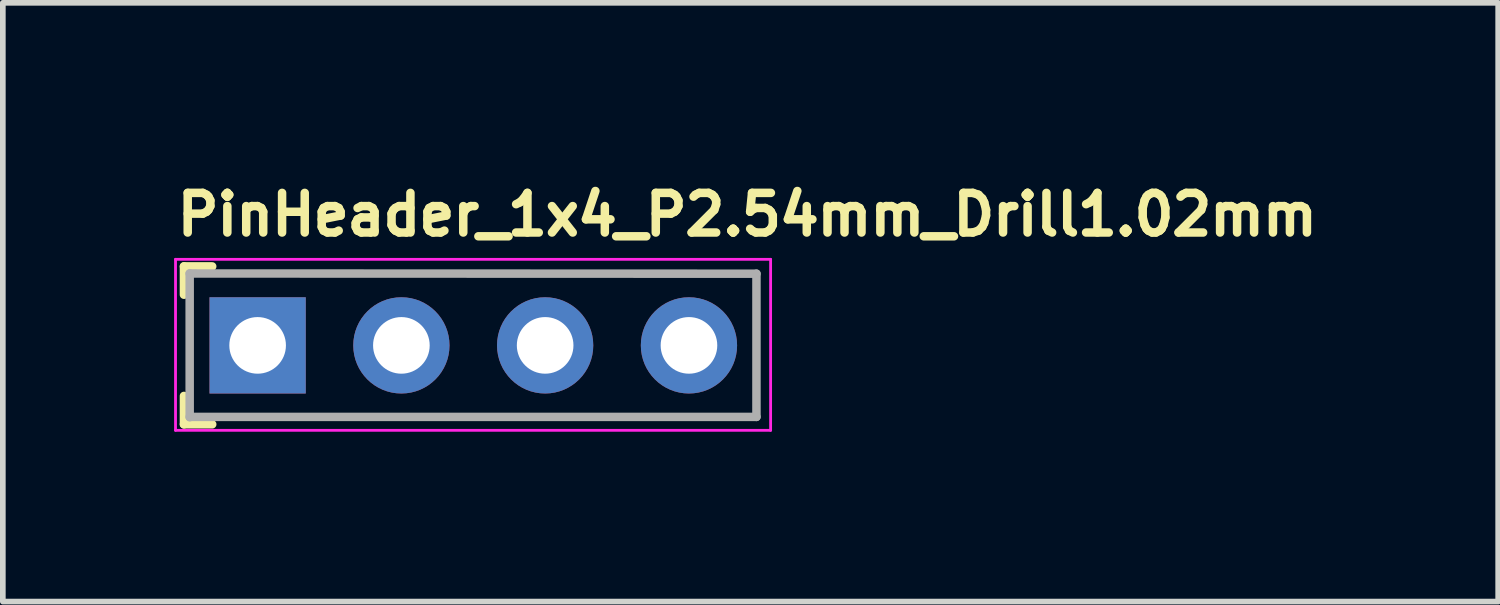
<source format=kicad_pcb>
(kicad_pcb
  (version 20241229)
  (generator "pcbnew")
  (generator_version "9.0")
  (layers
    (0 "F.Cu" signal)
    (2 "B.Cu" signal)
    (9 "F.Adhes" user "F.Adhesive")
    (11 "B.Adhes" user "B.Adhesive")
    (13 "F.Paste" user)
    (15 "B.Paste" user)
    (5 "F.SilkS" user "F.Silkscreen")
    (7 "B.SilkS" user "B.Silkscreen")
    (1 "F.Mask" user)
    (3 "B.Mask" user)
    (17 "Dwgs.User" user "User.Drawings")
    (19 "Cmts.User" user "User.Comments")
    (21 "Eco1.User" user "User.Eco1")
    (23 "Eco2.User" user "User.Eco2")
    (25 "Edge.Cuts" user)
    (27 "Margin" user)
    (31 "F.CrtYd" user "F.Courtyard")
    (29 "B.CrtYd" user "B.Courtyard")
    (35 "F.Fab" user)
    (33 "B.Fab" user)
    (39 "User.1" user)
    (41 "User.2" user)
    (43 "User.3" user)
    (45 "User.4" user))
  (footprint "PinHeader_1x4_P2.54mm_Drill1.02mm"
    (layer "F.Cu")
    (at 1.5 3.05)
    (property "Reference" "PinHeader_1x4_P2.54mm_Drill1.02mm" (at -1.5 -1.9 0) (layer "F.SilkS") (effects (font (size 0.7 0.7) (thickness 0.15)) (justify left bottom)))
    (attr through_hole)
    (fp_line (start -1.301 -1.395) (end -1.301 -0.895) (stroke (width 0.15) (type solid)) (layer "F.SilkS"))
    (fp_line (start -1.301 -1.395) (end -0.802 -1.395) (stroke (width 0.15) (type solid)) (layer "F.SilkS"))
    (fp_line (start -1.301 1.394) (end -1.301 0.893) (stroke (width 0.15) (type solid)) (layer "F.SilkS"))
    (fp_line (start -1.301 1.394) (end -0.802 1.394) (stroke (width 0.15) (type solid)) (layer "F.SilkS"))
    (fp_line (start -1.45 -1.52) (end -1.45 1.5) (stroke (width 0.05) (type solid)) (layer "F.CrtYd"))
    (fp_line (start 9.06 -1.52) (end -1.45 -1.52) (stroke (width 0.05) (type solid)) (layer "F.CrtYd"))
    (fp_line (start 9.06 -1.52) (end 9.06 1.5) (stroke (width 0.05) (type solid)) (layer "F.CrtYd"))
    (fp_line (start 9.06 1.5) (end -1.45 1.5) (stroke (width 0.05) (type solid)) (layer "F.CrtYd"))
    (fp_line (start -1.2 -1.27) (end -1.2 1.269) (stroke (width 0.15) (type solid)) (layer "F.Fab"))
    (fp_line (start -1.2 -1.27) (end 8.81 -1.266) (stroke (width 0.15) (type solid)) (layer "F.Fab"))
    (fp_line (start -1.2 1.263) (end 8.81 1.263) (stroke (width 0.15) (type solid)) (layer "F.Fab"))
    (fp_line (start 8.81 -1.266) (end 8.81 1.263) (stroke (width 0.15) (type solid)) (layer "F.Fab"))
    (fp_rect (start -1.27 -1.27) (end 8.89 1.269) (stroke (width 0.1) (type solid)) (fill no) (layer "User.5"))
    (fp_line (start -1.27 0.77) (end -1.27 -0.772) (stroke (width 0.02) (type solid)) (layer "User.9"))
    (fp_line (start -1.27 0.77) (end -1.02 1.269) (stroke (width 0.02) (type solid)) (layer "User.9"))
    (fp_line (start -1.02 -1.27) (end -1.27 -0.772) (stroke (width 0.02) (type solid)) (layer "User.9"))
    (fp_line (start -0.32 -0.32) (end -0.12 -0.12) (stroke (width 0.02) (type solid)) (layer "User.9"))
    (fp_line (start -0.32 -0.32) (end 0.32 -0.32) (stroke (width 0.02) (type solid)) (layer "User.9"))
    (fp_line (start -0.32 0.32) (end -0.32 -0.32) (stroke (width 0.02) (type solid)) (layer "User.9"))
    (fp_line (start -0.12 -0.12) (end -0.12 0.119) (stroke (width 0.02) (type solid)) (layer "User.9"))
    (fp_line (start -0.12 0.119) (end -0.32 0.32) (stroke (width 0.02) (type solid)) (layer "User.9"))
    (fp_line (start -0.12 0.119) (end 0.119 0.119) (stroke (width 0.02) (type solid)) (layer "User.9"))
    (fp_line (start 0.119 -0.12) (end -0.12 -0.12) (stroke (width 0.02) (type solid)) (layer "User.9"))
    (fp_line (start 0.119 -0.12) (end 0.32 -0.32) (stroke (width 0.02) (type solid)) (layer "User.9"))
    (fp_line (start 0.119 0.119) (end 0.119 -0.12) (stroke (width 0.02) (type solid)) (layer "User.9"))
    (fp_line (start 0.119 0.119) (end 0.32 0.32) (stroke (width 0.02) (type solid)) (layer "User.9"))
    (fp_line (start 0.32 -0.32) (end 0.32 0.32) (stroke (width 0.02) (type solid)) (layer "User.9"))
    (fp_line (start 0.32 0.32) (end -0.32 0.32) (stroke (width 0.02) (type solid)) (layer "User.9"))
    (fp_line (start 1.019 -1.27) (end -1.02 -1.27) (stroke (width 0.02) (type solid)) (layer "User.9"))
    (fp_line (start 1.019 1.269) (end -1.02 1.269) (stroke (width 0.02) (type solid)) (layer "User.9"))
    (fp_line (start 1.019 1.269) (end 1.269 0.77) (stroke (width 0.02) (type solid)) (layer "User.9"))
    (fp_line (start 1.269 -0.772) (end 1.019 -1.27) (stroke (width 0.02) (type solid)) (layer "User.9"))
    (fp_line (start 1.269 0.77) (end 1.519 1.269) (stroke (width 0.02) (type solid)) (layer "User.9"))
    (fp_line (start 1.519 -1.27) (end 1.269 -0.772) (stroke (width 0.02) (type solid)) (layer "User.9"))
    (fp_line (start 2.22 -0.32) (end 2.418 -0.12) (stroke (width 0.02) (type solid)) (layer "User.9"))
    (fp_line (start 2.22 -0.32) (end 2.858 -0.32) (stroke (width 0.02) (type solid)) (layer "User.9"))
    (fp_line (start 2.22 0.32) (end 2.22 -0.32) (stroke (width 0.02) (type solid)) (layer "User.9"))
    (fp_line (start 2.418 -0.12) (end 2.418 0.119) (stroke (width 0.02) (type solid)) (layer "User.9"))
    (fp_line (start 2.418 0.119) (end 2.22 0.32) (stroke (width 0.02) (type solid)) (layer "User.9"))
    (fp_line (start 2.418 0.119) (end 2.66 0.119) (stroke (width 0.02) (type solid)) (layer "User.9"))
    (fp_line (start 2.66 -0.12) (end 2.418 -0.12) (stroke (width 0.02) (type solid)) (layer "User.9"))
    (fp_line (start 2.66 -0.12) (end 2.858 -0.32) (stroke (width 0.02) (type solid)) (layer "User.9"))
    (fp_line (start 2.66 0.119) (end 2.66 -0.12) (stroke (width 0.02) (type solid)) (layer "User.9"))
    (fp_line (start 2.66 0.119) (end 2.858 0.32) (stroke (width 0.02) (type solid)) (layer "User.9"))
    (fp_line (start 2.858 -0.32) (end 2.858 0.32) (stroke (width 0.02) (type solid)) (layer "User.9"))
    (fp_line (start 2.858 0.32) (end 2.22 0.32) (stroke (width 0.02) (type solid)) (layer "User.9"))
    (fp_line (start 3.559 -1.27) (end 1.519 -1.27) (stroke (width 0.02) (type solid)) (layer "User.9"))
    (fp_line (start 3.559 1.269) (end 1.519 1.269) (stroke (width 0.02) (type solid)) (layer "User.9"))
    (fp_line (start 3.559 1.269) (end 3.809 0.77) (stroke (width 0.02) (type solid)) (layer "User.9"))
    (fp_line (start 3.809 -0.772) (end 3.559 -1.27) (stroke (width 0.02) (type solid)) (layer "User.9"))
    (fp_line (start 3.809 0.77) (end 4.059 1.269) (stroke (width 0.02) (type solid)) (layer "User.9"))
    (fp_line (start 4.059 -1.27) (end 3.809 -0.772) (stroke (width 0.02) (type solid)) (layer "User.9"))
    (fp_line (start 4.759 -0.32) (end 4.959 -0.12) (stroke (width 0.02) (type solid)) (layer "User.9"))
    (fp_line (start 4.759 -0.32) (end 5.4 -0.32) (stroke (width 0.02) (type solid)) (layer "User.9"))
    (fp_line (start 4.759 0.32) (end 4.759 -0.32) (stroke (width 0.02) (type solid)) (layer "User.9"))
    (fp_line (start 4.959 -0.12) (end 4.959 0.119) (stroke (width 0.02) (type solid)) (layer "User.9"))
    (fp_line (start 4.959 0.119) (end 4.759 0.32) (stroke (width 0.02) (type solid)) (layer "User.9"))
    (fp_line (start 4.959 0.119) (end 5.2 0.119) (stroke (width 0.02) (type solid)) (layer "User.9"))
    (fp_line (start 5.2 -0.12) (end 4.959 -0.12) (stroke (width 0.02) (type solid)) (layer "User.9"))
    (fp_line (start 5.2 -0.12) (end 5.4 -0.32) (stroke (width 0.02) (type solid)) (layer "User.9"))
    (fp_line (start 5.2 0.119) (end 5.2 -0.12) (stroke (width 0.02) (type solid)) (layer "User.9"))
    (fp_line (start 5.2 0.119) (end 5.4 0.32) (stroke (width 0.02) (type solid)) (layer "User.9"))
    (fp_line (start 5.4 -0.32) (end 5.4 0.32) (stroke (width 0.02) (type solid)) (layer "User.9"))
    (fp_line (start 5.4 0.32) (end 4.759 0.32) (stroke (width 0.02) (type solid)) (layer "User.9"))
    (fp_line (start 6.099 -1.27) (end 4.059 -1.27) (stroke (width 0.02) (type solid)) (layer "User.9"))
    (fp_line (start 6.099 1.269) (end 4.059 1.269) (stroke (width 0.02) (type solid)) (layer "User.9"))
    (fp_line (start 6.099 1.269) (end 6.349 0.77) (stroke (width 0.02) (type solid)) (layer "User.9"))
    (fp_line (start 6.349 -0.772) (end 6.099 -1.27) (stroke (width 0.02) (type solid)) (layer "User.9"))
    (fp_line (start 6.349 0.77) (end 6.599 1.269) (stroke (width 0.02) (type solid)) (layer "User.9"))
    (fp_line (start 6.599 -1.27) (end 6.349 -0.772) (stroke (width 0.02) (type solid)) (layer "User.9"))
    (fp_line (start 7.299 -0.32) (end 7.499 -0.12) (stroke (width 0.02) (type solid)) (layer "User.9"))
    (fp_line (start 7.299 -0.32) (end 7.94 -0.32) (stroke (width 0.02) (type solid)) (layer "User.9"))
    (fp_line (start 7.299 0.32) (end 7.299 -0.32) (stroke (width 0.02) (type solid)) (layer "User.9"))
    (fp_line (start 7.499 -0.12) (end 7.499 0.119) (stroke (width 0.02) (type solid)) (layer "User.9"))
    (fp_line (start 7.499 0.119) (end 7.299 0.32) (stroke (width 0.02) (type solid)) (layer "User.9"))
    (fp_line (start 7.499 0.119) (end 7.74 0.119) (stroke (width 0.02) (type solid)) (layer "User.9"))
    (fp_line (start 7.74 -0.12) (end 7.499 -0.12) (stroke (width 0.02) (type solid)) (layer "User.9"))
    (fp_line (start 7.74 -0.12) (end 7.94 -0.32) (stroke (width 0.02) (type solid)) (layer "User.9"))
    (fp_line (start 7.74 0.119) (end 7.74 -0.12) (stroke (width 0.02) (type solid)) (layer "User.9"))
    (fp_line (start 7.74 0.119) (end 7.94 0.32) (stroke (width 0.02) (type solid)) (layer "User.9"))
    (fp_line (start 7.94 -0.32) (end 7.94 0.32) (stroke (width 0.02) (type solid)) (layer "User.9"))
    (fp_line (start 7.94 0.32) (end 7.299 0.32) (stroke (width 0.02) (type solid)) (layer "User.9"))
    (fp_line (start 8.64 -1.27) (end 6.599 -1.27) (stroke (width 0.02) (type solid)) (layer "User.9"))
    (fp_line (start 8.64 1.269) (end 6.599 1.269) (stroke (width 0.02) (type solid)) (layer "User.9"))
    (fp_line (start 8.64 1.269) (end 8.89 0.77) (stroke (width 0.02) (type solid)) (layer "User.9"))
    (fp_line (start 8.89 -0.772) (end 8.64 -1.27) (stroke (width 0.02) (type solid)) (layer "User.9"))
    (fp_line (start 8.89 0.77) (end 8.89 -0.772) (stroke (width 0.02) (type solid)) (layer "User.9"))
    (pad "1" thru_hole rect (at 0 0) (size 1.7 1.7) (drill 1) (layers "*.Cu" "*.Mask"))
    (pad "2" thru_hole circle (at 2.539 0) (size 1.7 1.7) (drill 1) (layers "*.Cu" "*.Mask"))
    (pad "3" thru_hole circle (at 5.078 0) (size 1.7 1.7) (drill 1) (layers "*.Cu" "*.Mask"))
    (pad "4" thru_hole circle (at 7.618 0) (size 1.7 1.7) (drill 1) (layers "*.Cu" "*.Mask")))
  (gr_rect
    (start -3 -3)
    (end 23.41 7.575)
    (stroke (width 0.1) (type default))
    (fill no)
    (layer "Edge.Cuts")))
</source>
